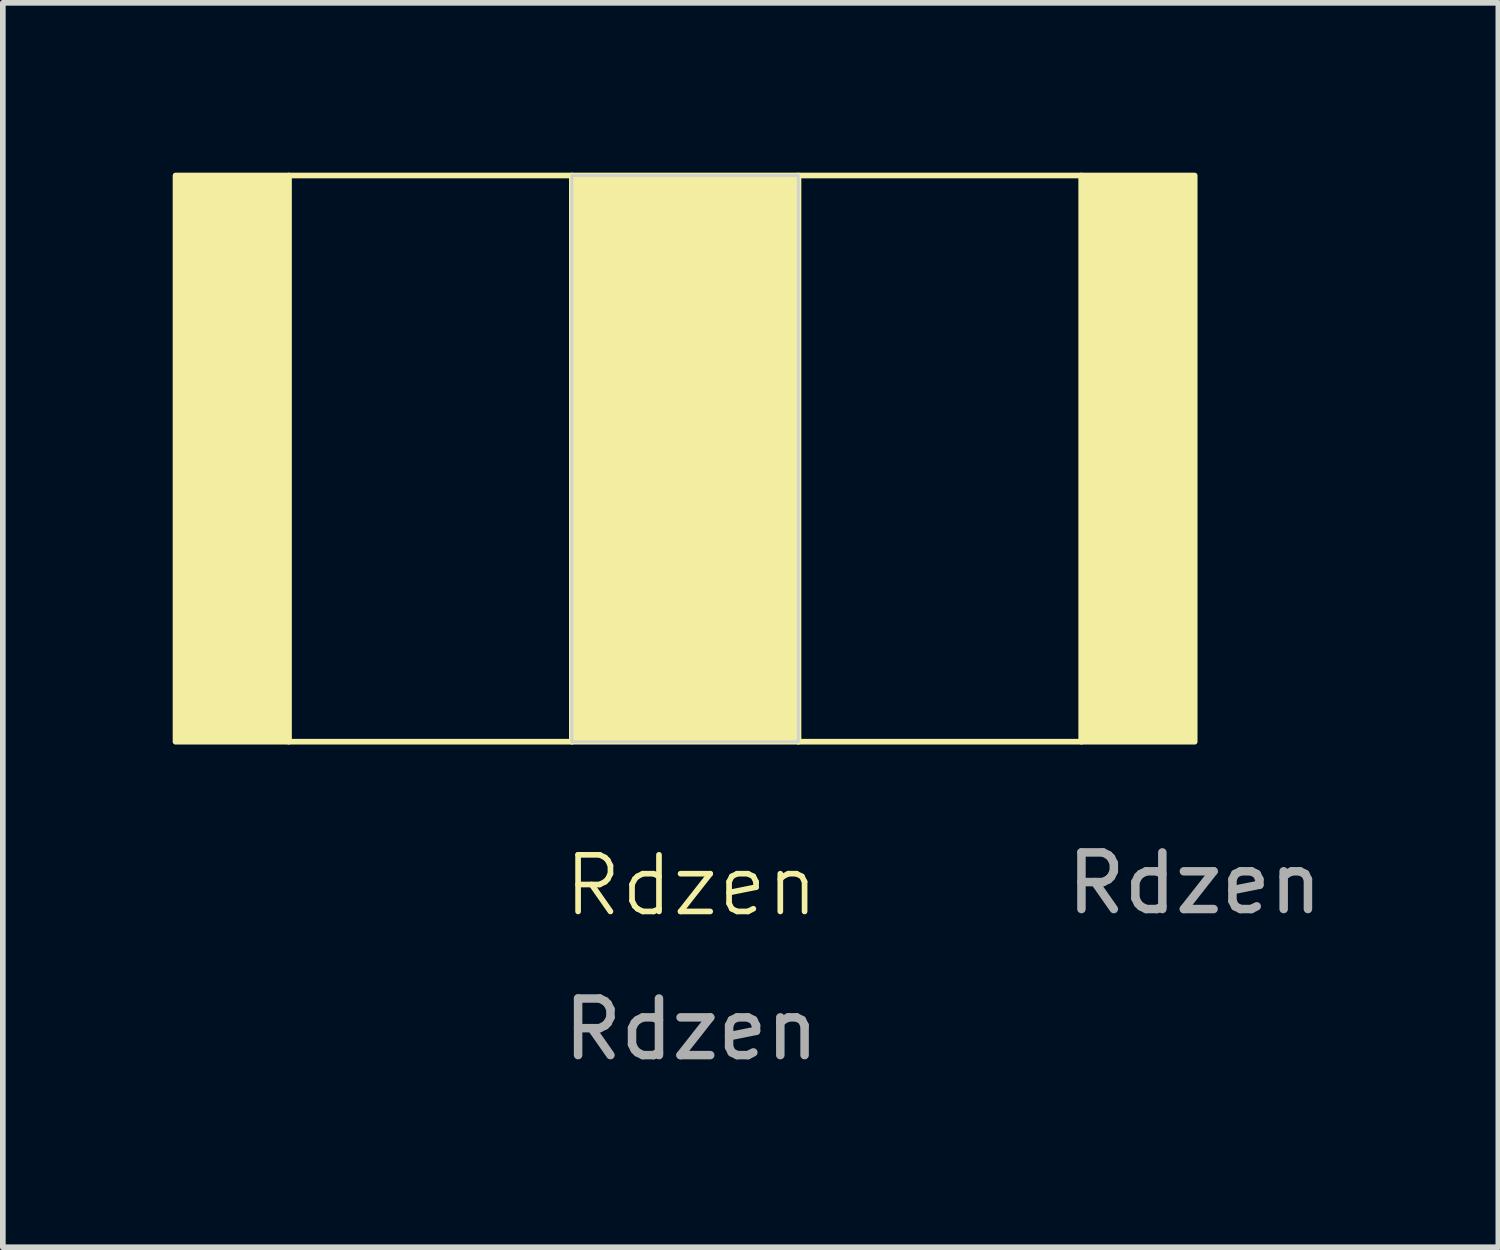
<source format=kicad_pcb>
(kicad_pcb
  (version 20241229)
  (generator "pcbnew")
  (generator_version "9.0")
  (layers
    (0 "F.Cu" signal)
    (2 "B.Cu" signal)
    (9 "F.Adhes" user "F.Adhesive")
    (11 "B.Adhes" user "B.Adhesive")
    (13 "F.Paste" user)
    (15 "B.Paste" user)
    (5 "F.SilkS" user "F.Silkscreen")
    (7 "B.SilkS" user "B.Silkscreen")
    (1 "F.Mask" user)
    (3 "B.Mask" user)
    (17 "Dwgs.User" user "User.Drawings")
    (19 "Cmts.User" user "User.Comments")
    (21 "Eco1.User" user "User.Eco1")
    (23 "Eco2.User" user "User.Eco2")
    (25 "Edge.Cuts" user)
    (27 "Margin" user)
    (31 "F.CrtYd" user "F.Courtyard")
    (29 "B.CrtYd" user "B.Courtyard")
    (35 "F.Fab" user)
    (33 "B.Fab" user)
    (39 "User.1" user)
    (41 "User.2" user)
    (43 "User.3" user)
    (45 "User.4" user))
  (footprint "Rdzen"
    (layer "F.Cu")
    (at 9.16 4.97)
    (property "Reference" "Rdzen" (at 0 7.62 0) (unlocked yes) (layer "F.SilkS") (effects (font (size 1 1) (thickness 0.1))))
    (attr through_hole board_only)
    (fp_rect (start -9.11 -4.92) (end -7.11 5.08) (stroke (width 0.1) (type solid)) (fill yes) (layer "F.SilkS"))
    (fp_rect (start -7.11 -4.92) (end -2.11 5.08) (stroke (width 0.1) (type solid)) (fill no) (layer "F.SilkS"))
    (fp_rect (start -2.11 -4.92) (end 1.89 5.08) (stroke (width 0.1) (type solid)) (fill yes) (layer "F.SilkS"))
    (fp_rect (start 1.89 -4.92) (end 6.89 5.08) (stroke (width 0.1) (type solid)) (fill no) (layer "F.SilkS"))
    (fp_rect (start 6.89 -4.92) (end 8.89 5.08) (stroke (width 0.1) (type solid)) (fill yes) (layer "F.SilkS"))
    (fp_rect (start -2.11 -4.92) (end 1.89 5.08) (stroke (width 0.05) (type default)) (fill no) (layer "Edge.Cuts"))
    (fp_text user "${REFERENCE}" (at 8.89 7.58 0) (unlocked yes) (layer "F.Fab") (effects (font (size 1 1) (thickness 0.15))))
    (fp_text user "${REFERENCE}" (at 0 10.16 0) (unlocked yes) (layer "F.Fab") (effects (font (size 1 1) (thickness 0.15)))))
  (gr_rect
    (start -3 -3)
    (end 23.413 18.978)
    (stroke (width 0.1) (type default))
    (fill no)
    (layer "Edge.Cuts")))
</source>
